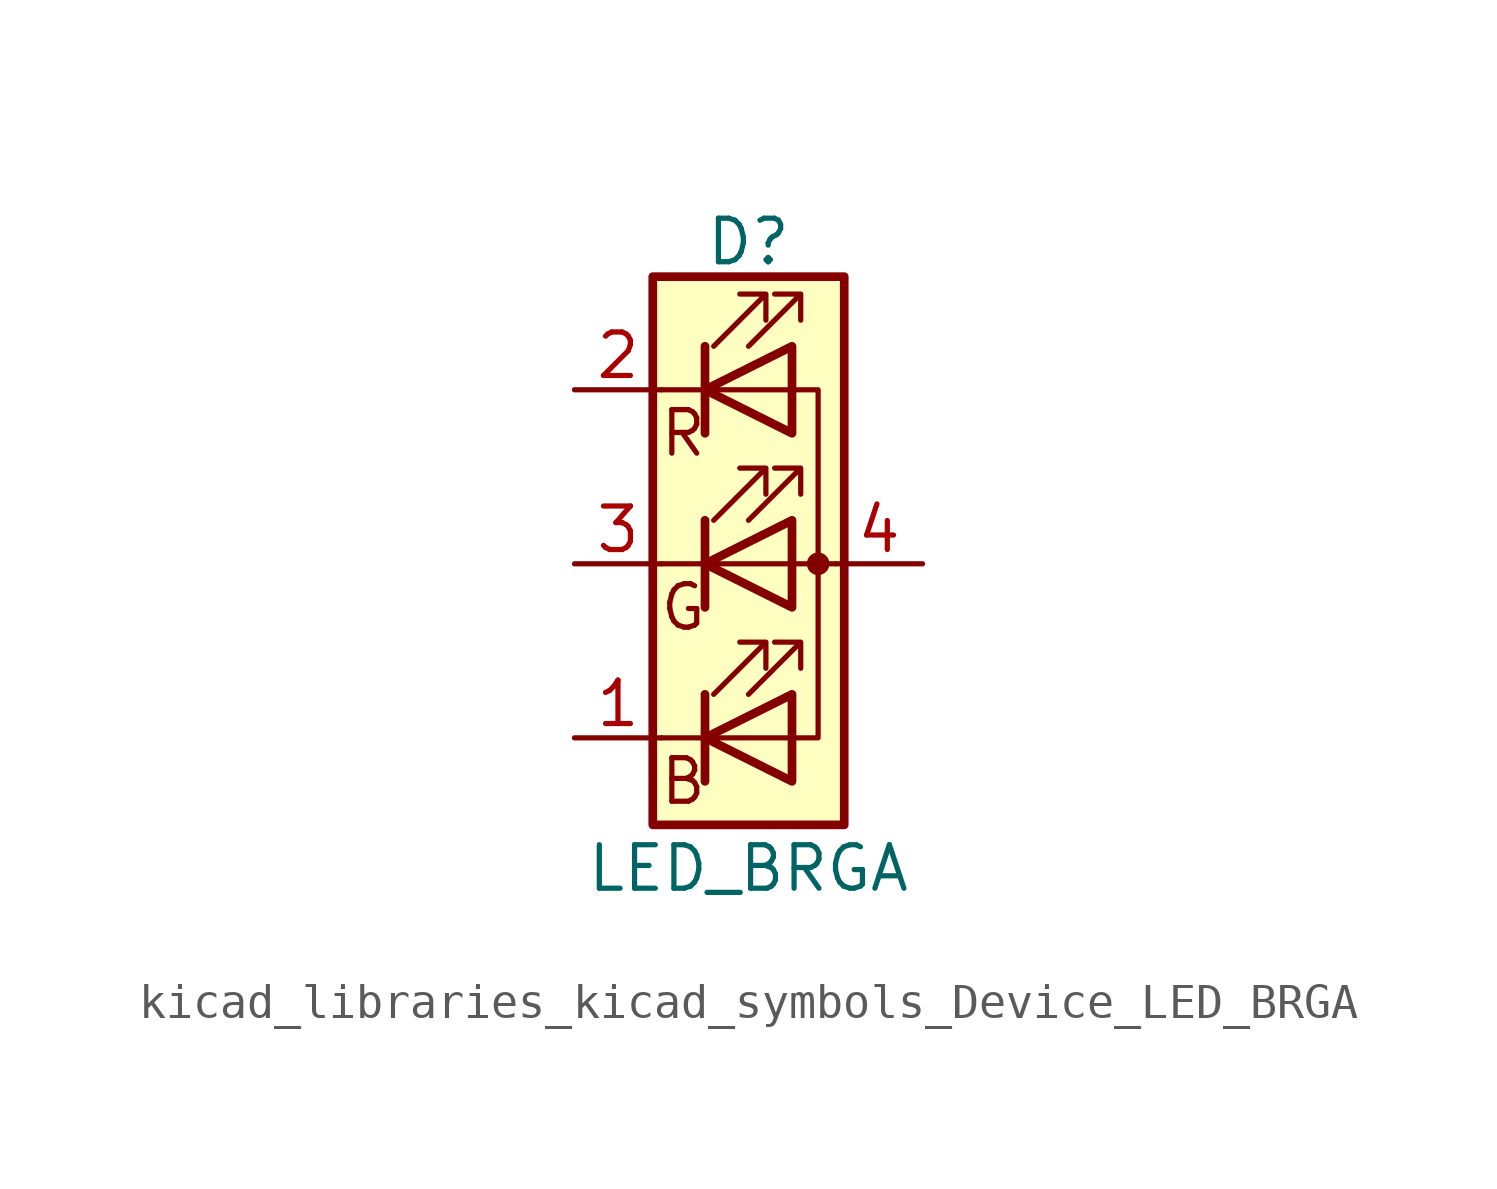
<source format=kicad_sym>
(kicad_symbol_lib
  (version 20220914)
  (generator kicad_symbol_editor)
  (symbol "kicad_libraries_kicad_symbols_Device_LED_BRGA"
    (pin_names
      (offset 0) hide)
    (property "Reference" "D"
      (at 0 9.398 0)
      (effects (font (size 1.27 1.27))))
    (property "Value" "LED_BRGA"
      (at 0 -8.89 0)
      (effects (font (size 1.27 1.27))))
    (symbol "kicad_libraries_kicad_symbols_Device_LED_BRGA_0_0"
      (text "B" (at -1.905 -6.35 0) (effects (font (size 1.27 1.27))))
      (text "G" (at -1.905 -1.27 0) (effects (font (size 1.27 1.27))))
      (text "R" (at -1.905 3.81 0) (effects (font (size 1.27 1.27)))))
    (symbol "kicad_libraries_kicad_symbols_Device_LED_BRGA_0_1"
      (polyline (pts (xy -1.27 -5.08) (xy -2.54 -5.08)) (stroke (width 0) (type default)) (fill (type none)))
      (polyline (pts (xy -1.27 -5.08) (xy 1.27 -5.08)) (stroke (width 0) (type default)) (fill (type none)))
      (polyline (pts (xy -1.27 -3.81) (xy -1.27 -6.35)) (stroke (width 0.254) (type default)) (fill (type none)))
      (polyline (pts (xy -1.27 0) (xy -2.54 0)) (stroke (width 0) (type default)) (fill (type none)))
      (polyline (pts (xy -1.27 1.27) (xy -1.27 -1.27)) (stroke (width 0.254) (type default)) (fill (type none)))
      (polyline (pts (xy -1.27 5.08) (xy -2.54 5.08)) (stroke (width 0) (type default)) (fill (type none)))
      (polyline (pts (xy -1.27 5.08) (xy 1.27 5.08)) (stroke (width 0) (type default)) (fill (type none)))
      (polyline (pts (xy -1.27 6.35) (xy -1.27 3.81)) (stroke (width 0.254) (type default)) (fill (type none)))
      (polyline (pts (xy 1.27 0) (xy -1.27 0)) (stroke (width 0) (type default)) (fill (type none)))
      (polyline (pts (xy 1.27 0) (xy 2.54 0)) (stroke (width 0) (type default)) (fill (type none)))
      (polyline (pts (xy -1.27 1.27) (xy -1.27 -1.27) (xy -1.27 -1.27)) (stroke (width 0) (type default)) (fill (type none)))
      (polyline (pts (xy -1.27 6.35) (xy -1.27 3.81) (xy -1.27 3.81)) (stroke (width 0) (type default)) (fill (type none)))
      (polyline (pts (xy 1.27 -5.08) (xy 2.032 -5.08) (xy 2.032 5.08) (xy 1.27 5.08)) (stroke (width 0) (type default)) (fill (type none)))
      (polyline (pts (xy 1.27 -3.81) (xy 1.27 -6.35) (xy -1.27 -5.08) (xy 1.27 -3.81)) (stroke (width 0.254) (type default)) (fill (type none)))
      (polyline (pts (xy 1.27 1.27) (xy 1.27 -1.27) (xy -1.27 0) (xy 1.27 1.27)) (stroke (width 0.254) (type default)) (fill (type none)))
      (polyline (pts (xy 1.27 6.35) (xy 1.27 3.81) (xy -1.27 5.08) (xy 1.27 6.35)) (stroke (width 0.254) (type default)) (fill (type none)))
      (polyline (pts (xy -1.016 -3.81) (xy 0.508 -2.286) (xy -0.254 -2.286) (xy 0.508 -2.286) (xy 0.508 -3.048)) (stroke (width 0) (type default)) (fill (type none)))
      (polyline (pts (xy -1.016 1.27) (xy 0.508 2.794) (xy -0.254 2.794) (xy 0.508 2.794) (xy 0.508 2.032)) (stroke (width 0) (type default)) (fill (type none)))
      (polyline (pts (xy -1.016 6.35) (xy 0.508 7.874) (xy -0.254 7.874) (xy 0.508 7.874) (xy 0.508 7.112)) (stroke (width 0) (type default)) (fill (type none)))
      (polyline (pts (xy 0 -3.81) (xy 1.524 -2.286) (xy 0.762 -2.286) (xy 1.524 -2.286) (xy 1.524 -3.048)) (stroke (width 0) (type default)) (fill (type none)))
      (polyline (pts (xy 0 1.27) (xy 1.524 2.794) (xy 0.762 2.794) (xy 1.524 2.794) (xy 1.524 2.032)) (stroke (width 0) (type default)) (fill (type none)))
      (polyline (pts (xy 0 6.35) (xy 1.524 7.874) (xy 0.762 7.874) (xy 1.524 7.874) (xy 1.524 7.112)) (stroke (width 0) (type default)) (fill (type none)))
      (rectangle (start 1.27 -1.27) (end 1.27 1.27) (stroke (width 0) (type default)) (fill (type none)))
      (rectangle (start 1.27 1.27) (end 1.27 1.27) (stroke (width 0) (type default)) (fill (type none)))
      (rectangle (start 1.27 3.81) (end 1.27 6.35) (stroke (width 0) (type default)) (fill (type none)))
      (rectangle (start 1.27 6.35) (end 1.27 6.35) (stroke (width 0) (type default)) (fill (type none)))
      (circle (center 2.032 0) (radius 0.254) (stroke (width 0) (type default)) (fill (type outline)))
      (rectangle (start 2.794 8.382) (end -2.794 -7.62) (stroke (width 0.254) (type default)) (fill (type background))))
    (symbol "kicad_libraries_kicad_symbols_Device_LED_BRGA_1_1"
      (pin passive line (at -5.08 -5.08 0) (length 2.54) (name "BK" (effects (font (size 1.27 1.27)))) (number "1" (effects (font (size 1.27 1.27)))))
      (pin passive line (at -5.08 5.08 0) (length 2.54) (name "RK" (effects (font (size 1.27 1.27)))) (number "2" (effects (font (size 1.27 1.27)))))
      (pin passive line (at -5.08 0 0) (length 2.54) (name "GK" (effects (font (size 1.27 1.27)))) (number "3" (effects (font (size 1.27 1.27)))))
      (pin passive line (at 5.08 0 180) (length 2.54) (name "A" (effects (font (size 1.27 1.27)))) (number "4" (effects (font (size 1.27 1.27))))))))
</source>
